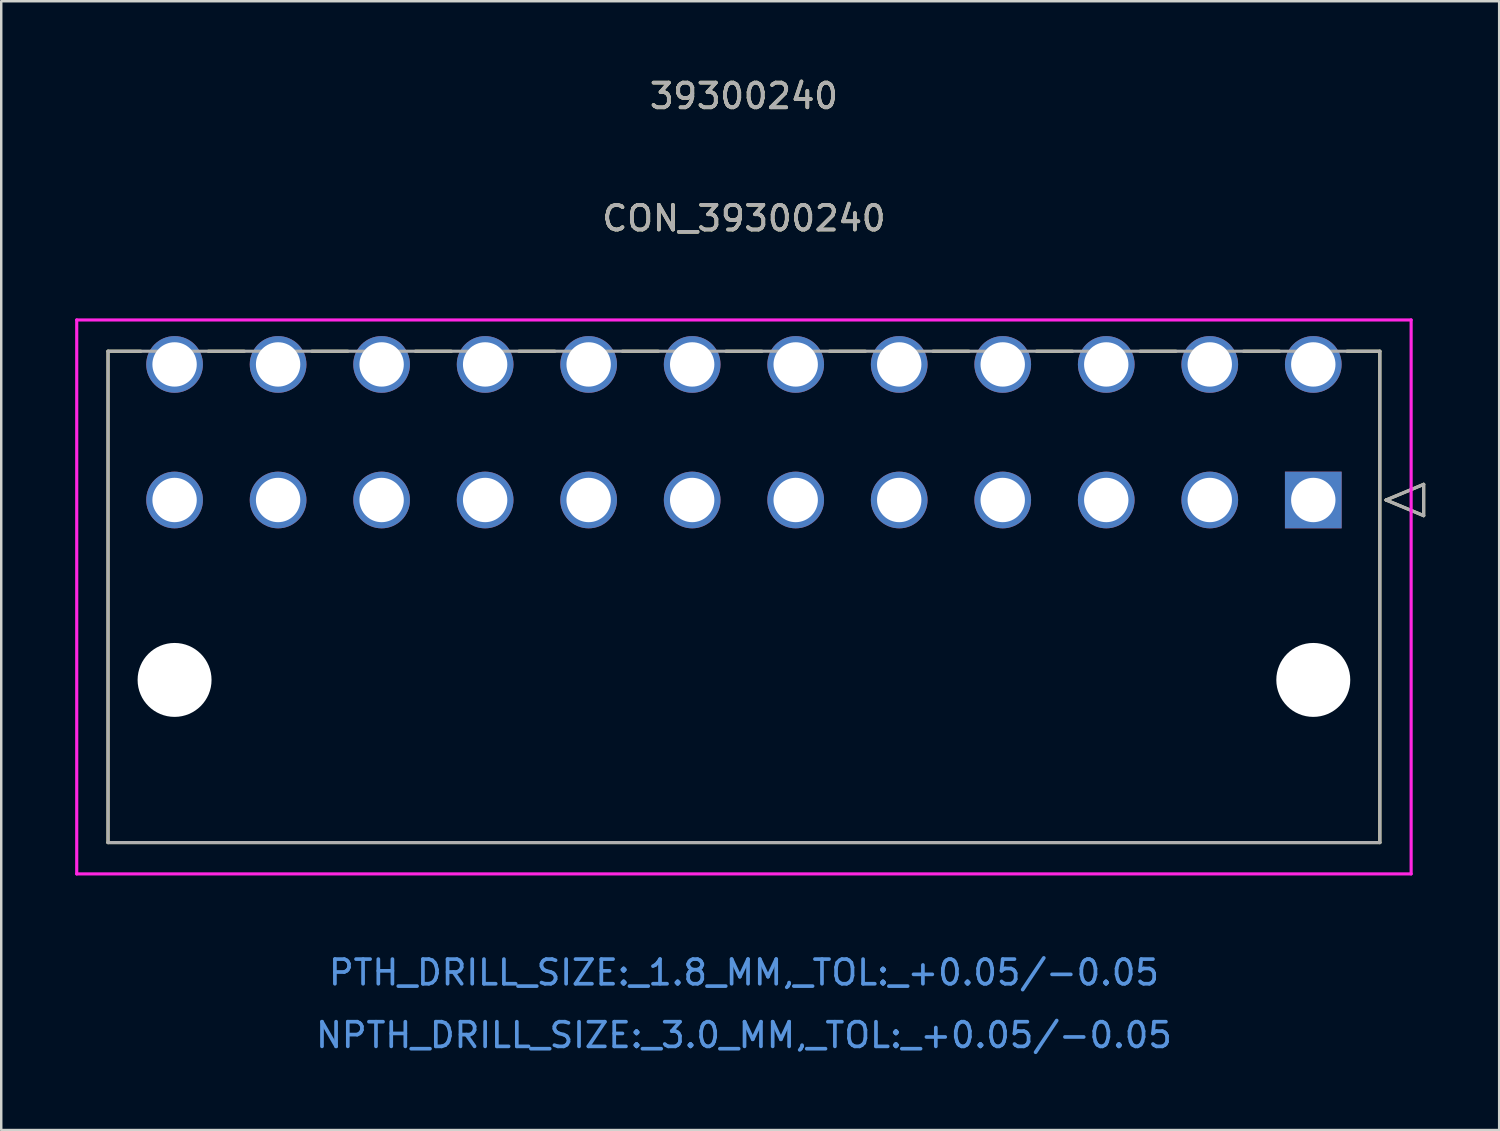
<source format=kicad_pcb>
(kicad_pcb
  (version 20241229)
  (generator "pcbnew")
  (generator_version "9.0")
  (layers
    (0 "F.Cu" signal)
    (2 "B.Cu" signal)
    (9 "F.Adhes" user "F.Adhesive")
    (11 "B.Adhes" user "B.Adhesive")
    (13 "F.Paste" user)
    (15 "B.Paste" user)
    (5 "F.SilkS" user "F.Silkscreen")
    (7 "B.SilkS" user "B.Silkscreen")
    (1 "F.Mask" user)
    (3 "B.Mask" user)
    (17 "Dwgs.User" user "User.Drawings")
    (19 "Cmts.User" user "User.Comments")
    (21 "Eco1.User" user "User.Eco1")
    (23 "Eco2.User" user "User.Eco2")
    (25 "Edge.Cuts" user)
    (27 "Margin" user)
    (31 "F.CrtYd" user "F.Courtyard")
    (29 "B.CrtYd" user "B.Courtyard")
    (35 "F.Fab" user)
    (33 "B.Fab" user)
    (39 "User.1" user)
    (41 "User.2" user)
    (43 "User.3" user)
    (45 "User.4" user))
  (footprint "CON_39300240"
    (layer "F.Cu")
    (at 50.233 17.236)
    (property "Reference" "CON_39300240" (at -23.1 -11.43 0) (unlocked yes) (layer "F.SilkS") (effects (font (size 1 1) (thickness 0.15))))
    (attr through_hole)
    (fp_line (start -48.9 -6.035) (end -48.9 13.9) (stroke (width 0.127) (type solid)) (layer "F.SilkS"))
    (fp_line (start -48.9 13.9) (end 2.7 13.9) (stroke (width 0.127) (type solid)) (layer "F.SilkS"))
    (fp_line (start -47.569 -6.035) (end -48.9 -6.035) (stroke (width 0.127) (type solid)) (layer "F.SilkS"))
    (fp_line (start -43.369 -6.035) (end -44.831 -6.035) (stroke (width 0.127) (type solid)) (layer "F.SilkS"))
    (fp_line (start -39.169 -6.035) (end -40.631 -6.035) (stroke (width 0.127) (type solid)) (layer "F.SilkS"))
    (fp_line (start -34.969 -6.035) (end -36.431 -6.035) (stroke (width 0.127) (type solid)) (layer "F.SilkS"))
    (fp_line (start -30.769 -6.035) (end -32.231 -6.035) (stroke (width 0.127) (type solid)) (layer "F.SilkS"))
    (fp_line (start -26.569 -6.035) (end -28.031 -6.035) (stroke (width 0.127) (type solid)) (layer "F.SilkS"))
    (fp_line (start -22.369 -6.035) (end -23.831 -6.035) (stroke (width 0.127) (type solid)) (layer "F.SilkS"))
    (fp_line (start -18.169 -6.035) (end -19.631 -6.035) (stroke (width 0.127) (type solid)) (layer "F.SilkS"))
    (fp_line (start -13.969 -6.035) (end -15.431 -6.035) (stroke (width 0.127) (type solid)) (layer "F.SilkS"))
    (fp_line (start -9.769 -6.035) (end -11.231 -6.035) (stroke (width 0.127) (type solid)) (layer "F.SilkS"))
    (fp_line (start -5.569 -6.035) (end -7.031 -6.035) (stroke (width 0.127) (type solid)) (layer "F.SilkS"))
    (fp_line (start -1.369 -6.035) (end -2.831 -6.035) (stroke (width 0.127) (type solid)) (layer "F.SilkS"))
    (fp_line (start 2.7 -6.035) (end 1.369 -6.035) (stroke (width 0.127) (type solid)) (layer "F.SilkS"))
    (fp_line (start 2.7 13.9) (end 2.7 -6.035) (stroke (width 0.127) (type solid)) (layer "F.SilkS"))
    (fp_line (start 2.954 0) (end 4.478 -0.635) (stroke (width 0.127) (type solid)) (layer "F.SilkS"))
    (fp_line (start 4.478 -0.635) (end 4.478 0.635) (stroke (width 0.127) (type solid)) (layer "F.SilkS"))
    (fp_line (start 4.478 0.635) (end 2.954 0) (stroke (width 0.127) (type solid)) (layer "F.SilkS"))
    (fp_line (start -50.17 -7.305) (end -50.17 15.17) (stroke (width 0.127) (type solid)) (layer "F.CrtYd"))
    (fp_line (start -50.17 15.17) (end 3.97 15.17) (stroke (width 0.127) (type solid)) (layer "F.CrtYd"))
    (fp_line (start 3.97 -7.305) (end -50.17 -7.305) (stroke (width 0.127) (type solid)) (layer "F.CrtYd"))
    (fp_line (start 3.97 15.17) (end 3.97 -7.305) (stroke (width 0.127) (type solid)) (layer "F.CrtYd"))
    (fp_line (start -48.9 -6.035) (end -48.9 13.9) (stroke (width 0.127) (type solid)) (layer "F.Fab"))
    (fp_line (start -48.9 13.9) (end 2.7 13.9) (stroke (width 0.127) (type solid)) (layer "F.Fab"))
    (fp_line (start 2.7 -6.035) (end -48.9 -6.035) (stroke (width 0.127) (type solid)) (layer "F.Fab"))
    (fp_line (start 2.7 13.9) (end 2.7 -6.035) (stroke (width 0.127) (type solid)) (layer "F.Fab"))
    (fp_line (start 2.954 0) (end 4.478 -0.635) (stroke (width 0.127) (type solid)) (layer "F.Fab"))
    (fp_line (start 4.478 -0.635) (end 4.478 0.635) (stroke (width 0.127) (type solid)) (layer "F.Fab"))
    (fp_line (start 4.478 0.635) (end 2.954 0) (stroke (width 0.127) (type solid)) (layer "F.Fab"))
    (fp_text user "39300240" (at -23.1 -16.388 0) (unlocked yes) (layer "F.SilkS") (effects (font (size 1 1) (thickness 0.15))))
    (fp_text user "PTH_DRILL_SIZE:_1.8_MM,_TOL:_+0.05/-0.05" (at -23.1 19.172 0) (unlocked yes) (layer "Cmts.User") (effects (font (size 1 1) (thickness 0.15))))
    (fp_text user "NPTH_DRILL_SIZE:_3.0_MM,_TOL:_+0.05/-0.05" (at -23.1 21.712 0) (unlocked yes) (layer "Cmts.User") (effects (font (size 1 1) (thickness 0.15))))
    (fp_text user "39300240" (at -23.1 -16.388 0) (unlocked yes) (layer "F.Fab") (effects (font (size 1 1) (thickness 0.15))))
    (fp_text user "${REFERENCE}" (at -23.1 -11.43 0) (unlocked yes) (layer "F.Fab") (effects (font (size 1 1) (thickness 0.15))))
    (pad "" np_thru_hole circle (at -46.2 7.3) (size 3 3) (drill 3) (layers "*.Cu" "*.Mask"))
    (pad "" np_thru_hole circle (at 0 7.3) (size 3 3) (drill 3) (layers "*.Cu" "*.Mask"))
    (pad "1" thru_hole rect (at 0 0) (size 2.3 2.3) (drill 1.8) (layers "*.Cu" "*.Mask"))
    (pad "2" thru_hole circle (at -4.2 0) (size 2.3 2.3) (drill 1.8) (layers "*.Cu" "*.Mask"))
    (pad "3" thru_hole circle (at -8.4 0) (size 2.3 2.3) (drill 1.8) (layers "*.Cu" "*.Mask"))
    (pad "4" thru_hole circle (at -12.6 0) (size 2.3 2.3) (drill 1.8) (layers "*.Cu" "*.Mask"))
    (pad "5" thru_hole circle (at -16.8 0) (size 2.3 2.3) (drill 1.8) (layers "*.Cu" "*.Mask"))
    (pad "6" thru_hole circle (at -21 0) (size 2.3 2.3) (drill 1.8) (layers "*.Cu" "*.Mask"))
    (pad "7" thru_hole circle (at -25.2 0) (size 2.3 2.3) (drill 1.8) (layers "*.Cu" "*.Mask"))
    (pad "8" thru_hole circle (at -29.4 0) (size 2.3 2.3) (drill 1.8) (layers "*.Cu" "*.Mask"))
    (pad "9" thru_hole circle (at -33.6 0) (size 2.3 2.3) (drill 1.8) (layers "*.Cu" "*.Mask"))
    (pad "10" thru_hole circle (at -37.8 0) (size 2.3 2.3) (drill 1.8) (layers "*.Cu" "*.Mask"))
    (pad "11" thru_hole circle (at -42 0) (size 2.3 2.3) (drill 1.8) (layers "*.Cu" "*.Mask"))
    (pad "12" thru_hole circle (at -46.2 0) (size 2.3 2.3) (drill 1.8) (layers "*.Cu" "*.Mask"))
    (pad "13" thru_hole circle (at 0 -5.5) (size 2.3 2.3) (drill 1.8) (layers "*.Cu" "*.Mask"))
    (pad "14" thru_hole circle (at -4.2 -5.5) (size 2.3 2.3) (drill 1.8) (layers "*.Cu" "*.Mask"))
    (pad "15" thru_hole circle (at -8.4 -5.5) (size 2.3 2.3) (drill 1.8) (layers "*.Cu" "*.Mask"))
    (pad "16" thru_hole circle (at -12.6 -5.5) (size 2.3 2.3) (drill 1.8) (layers "*.Cu" "*.Mask"))
    (pad "17" thru_hole circle (at -16.8 -5.5) (size 2.3 2.3) (drill 1.8) (layers "*.Cu" "*.Mask"))
    (pad "18" thru_hole circle (at -21 -5.5) (size 2.3 2.3) (drill 1.8) (layers "*.Cu" "*.Mask"))
    (pad "19" thru_hole circle (at -25.2 -5.5) (size 2.3 2.3) (drill 1.8) (layers "*.Cu" "*.Mask"))
    (pad "20" thru_hole circle (at -29.4 -5.5) (size 2.3 2.3) (drill 1.8) (layers "*.Cu" "*.Mask"))
    (pad "21" thru_hole circle (at -33.6 -5.5) (size 2.3 2.3) (drill 1.8) (layers "*.Cu" "*.Mask"))
    (pad "22" thru_hole circle (at -37.8 -5.5) (size 2.3 2.3) (drill 1.8) (layers "*.Cu" "*.Mask"))
    (pad "23" thru_hole circle (at -42 -5.5) (size 2.3 2.3) (drill 1.8) (layers "*.Cu" "*.Mask"))
    (pad "24" thru_hole circle (at -46.2 -5.5) (size 2.3 2.3) (drill 1.8) (layers "*.Cu" "*.Mask")))
  (gr_rect
    (start -3 -3)
    (end 57.775 42.797)
    (stroke (width 0.1) (type default))
    (fill no)
    (layer "Edge.Cuts")))
</source>
